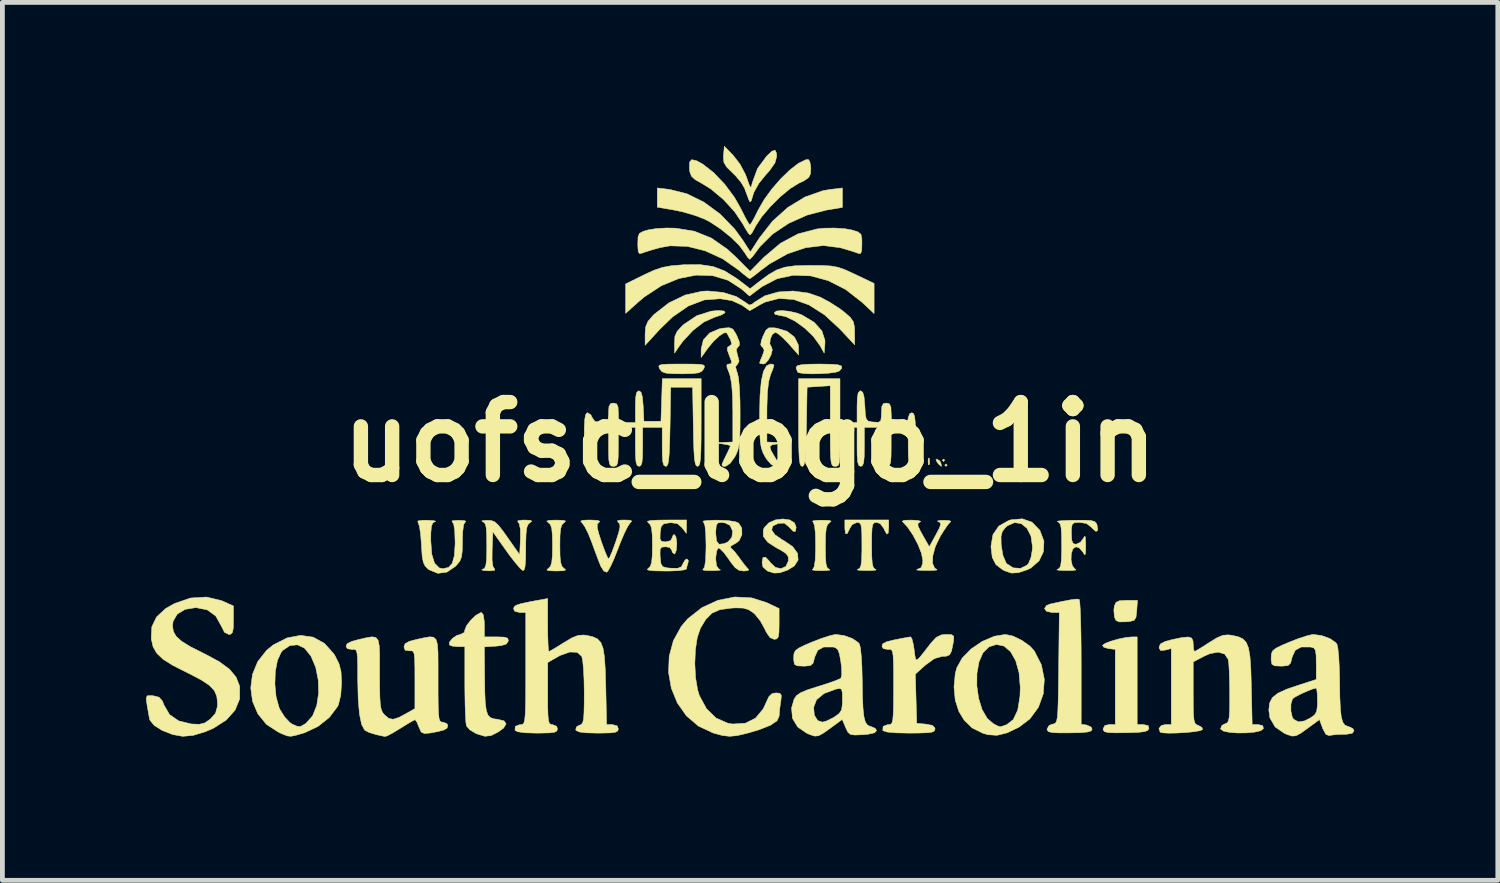
<source format=kicad_pcb>
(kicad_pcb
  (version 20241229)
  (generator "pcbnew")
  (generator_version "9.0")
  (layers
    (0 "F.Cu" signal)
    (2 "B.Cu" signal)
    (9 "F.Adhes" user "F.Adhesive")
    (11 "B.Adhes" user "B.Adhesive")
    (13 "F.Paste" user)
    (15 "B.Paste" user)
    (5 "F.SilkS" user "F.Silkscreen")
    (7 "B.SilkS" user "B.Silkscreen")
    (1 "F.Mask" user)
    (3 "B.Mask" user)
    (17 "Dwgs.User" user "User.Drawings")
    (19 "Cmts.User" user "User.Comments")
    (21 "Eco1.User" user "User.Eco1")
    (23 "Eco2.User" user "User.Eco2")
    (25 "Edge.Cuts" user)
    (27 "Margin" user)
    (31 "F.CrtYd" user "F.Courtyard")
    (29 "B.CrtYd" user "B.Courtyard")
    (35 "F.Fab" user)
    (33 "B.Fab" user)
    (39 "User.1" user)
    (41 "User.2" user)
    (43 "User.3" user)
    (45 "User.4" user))
  (footprint "uofsc_logo_1in"
    (layer "F.Cu")
    (at 12.619 6.186)
    (property "Reference" "uofsc_logo_1in" (at 0 0 0) (layer "F.SilkS") (effects (font (size 1.524 1.524) (thickness 0.3))))
    (attr through_hole)
    (fp_poly (pts (xy 4.072 0.382) (xy 4.047 0.407) (xy 4.021 0.382) (xy 4.047 0.356) (xy 4.072 0.382)) (stroke (width 0.01) (type solid)) (fill yes) (layer "F.SilkS"))
    (fp_poly (pts (xy 4.123 0.484) (xy 4.098 0.509) (xy 4.072 0.484) (xy 4.098 0.458) (xy 4.123 0.484)) (stroke (width 0.01) (type solid)) (fill yes) (layer "F.SilkS"))
    (fp_poly (pts (xy 3.75 0.344) (xy 3.756 0.448) (xy 3.75 0.471) (xy 3.731 0.477) (xy 3.724 0.407) (xy 3.732 0.335) (xy 3.75 0.344)) (stroke (width 0.01) (type solid)) (fill yes) (layer "F.SilkS"))
    (fp_poly (pts (xy 3.969 0.397) (xy 3.989 0.433) (xy 4.005 0.499) (xy 4 0.509) (xy 3.958 0.475) (xy 3.919 0.433) (xy 3.888 0.371) (xy 3.908 0.356) (xy 3.969 0.397)) (stroke (width 0.01) (type solid)) (fill yes) (layer "F.SilkS"))
    (fp_poly (pts (xy 8.084 3.525) (xy 8.069 3.661) (xy 8.03 3.726) (xy 7.939 3.75) (xy 7.858 3.757) (xy 7.721 3.759) (xy 7.651 3.73) (xy 7.618 3.656) (xy 7.606 3.51) (xy 7.617 3.425) (xy 7.651 3.351) (xy 7.723 3.317) (xy 7.865 3.309) (xy 7.873 3.309) (xy 8.099 3.309) (xy 8.084 3.525)) (stroke (width 0.01) (type solid)) (fill yes) (layer "F.SilkS"))
    (fp_poly (pts (xy -0.537 -2.736) (xy -0.517 -2.704) (xy -0.587 -2.658) (xy -0.74 -2.606) (xy -0.747 -2.604) (xy -0.963 -2.506) (xy -1.189 -2.332) (xy -1.4 -2.105) (xy -1.488 -1.985) (xy -1.573 -1.858) (xy -1.575 -2.068) (xy -1.566 -2.207) (xy -1.519 -2.312) (xy -1.415 -2.426) (xy -1.378 -2.459) (xy -1.11 -2.639) (xy -0.806 -2.735) (xy -0.649 -2.748) (xy -0.537 -2.736)) (stroke (width 0.01) (type solid)) (fill yes) (layer "F.SilkS"))
    (fp_poly (pts (xy 0.818 -2.732) (xy 0.981 -2.695) (xy 1.094 -2.652) (xy 1.344 -2.501) (xy 1.504 -2.323) (xy 1.569 -2.125) (xy 1.569 -2.055) (xy 1.553 -1.858) (xy 1.468 -2.011) (xy 1.331 -2.201) (xy 1.147 -2.379) (xy 0.944 -2.526) (xy 0.748 -2.621) (xy 0.613 -2.647) (xy 0.529 -2.668) (xy 0.509 -2.698) (xy 0.553 -2.736) (xy 0.665 -2.747) (xy 0.818 -2.732)) (stroke (width 0.01) (type solid)) (fill yes) (layer "F.SilkS"))
    (fp_poly (pts (xy 1.692 -1.625) (xy 1.843 -1.613) (xy 1.915 -1.587) (xy 1.92 -1.544) (xy 1.873 -1.486) (xy 1.798 -1.459) (xy 1.654 -1.439) (xy 1.472 -1.427) (xy 1.285 -1.424) (xy 1.123 -1.431) (xy 1.019 -1.449) (xy 1.001 -1.459) (xy 0.969 -1.536) (xy 0.967 -1.561) (xy 0.992 -1.594) (xy 1.078 -1.615) (xy 1.238 -1.626) (xy 1.451 -1.629) (xy 1.692 -1.625)) (stroke (width 0.01) (type solid)) (fill yes) (layer "F.SilkS"))
    (fp_poly (pts (xy -1.194 -1.628) (xy -1.048 -1.623) (xy -0.971 -1.609) (xy -0.947 -1.585) (xy -0.958 -1.544) (xy -0.967 -1.527) (xy -1.007 -1.475) (xy -1.075 -1.445) (xy -1.194 -1.43) (xy -1.387 -1.425) (xy -1.425 -1.425) (xy -1.632 -1.428) (xy -1.761 -1.441) (xy -1.835 -1.469) (xy -1.878 -1.518) (xy -1.883 -1.527) (xy -1.903 -1.573) (xy -1.893 -1.603) (xy -1.835 -1.619) (xy -1.714 -1.627) (xy -1.513 -1.629) (xy -1.425 -1.629) (xy -1.194 -1.628)) (stroke (width 0.01) (type solid)) (fill yes) (layer "F.SilkS"))
    (fp_poly (pts (xy 8.093 5.905) (xy 8.224 5.905) (xy 8.322 5.925) (xy 8.339 5.986) (xy 8.314 6.026) (xy 8.246 6.052) (xy 8.117 6.067) (xy 7.909 6.074) (xy 7.852 6.075) (xy 7.629 6.077) (xy 7.49 6.071) (xy 7.414 6.054) (xy 7.385 6.022) (xy 7.381 5.994) (xy 7.419 5.922) (xy 7.508 5.905) (xy 7.635 5.905) (xy 7.635 4.333) (xy 7.495 4.317) (xy 7.398 4.29) (xy 7.368 4.25) (xy 7.422 4.21) (xy 7.544 4.162) (xy 7.701 4.117) (xy 7.861 4.084) (xy 7.979 4.073) (xy 8.093 4.072) (xy 8.093 5.905)) (stroke (width 0.01) (type solid)) (fill yes) (layer "F.SilkS"))
    (fp_poly (pts (xy 1.645 1.637) (xy 1.698 1.652) (xy 1.671 1.681) (xy 1.667 1.684) (xy 1.623 1.726) (xy 1.596 1.803) (xy 1.582 1.936) (xy 1.578 2.146) (xy 1.578 2.188) (xy 1.581 2.408) (xy 1.591 2.546) (xy 1.613 2.622) (xy 1.65 2.657) (xy 1.667 2.663) (xy 1.674 2.676) (xy 1.596 2.685) (xy 1.502 2.688) (xy 1.371 2.685) (xy 1.306 2.674) (xy 1.311 2.664) (xy 1.344 2.609) (xy 1.365 2.473) (xy 1.374 2.246) (xy 1.374 2.163) (xy 1.369 1.909) (xy 1.352 1.747) (xy 1.322 1.67) (xy 1.311 1.663) (xy 1.319 1.648) (xy 1.408 1.637) (xy 1.502 1.634) (xy 1.645 1.637)) (stroke (width 0.01) (type solid)) (fill yes) (layer "F.SilkS"))
    (fp_poly (pts (xy -3.903 1.636) (xy -3.85 1.651) (xy -3.876 1.681) (xy -3.881 1.684) (xy -3.926 1.727) (xy -3.953 1.807) (xy -3.967 1.946) (xy -3.97 2.163) (xy -3.967 2.382) (xy -3.953 2.52) (xy -3.926 2.6) (xy -3.881 2.643) (xy -3.849 2.674) (xy -3.896 2.69) (xy -4.033 2.695) (xy -4.047 2.695) (xy -4.19 2.69) (xy -4.243 2.675) (xy -4.217 2.646) (xy -4.212 2.643) (xy -4.167 2.599) (xy -4.14 2.519) (xy -4.127 2.381) (xy -4.123 2.163) (xy -4.127 1.945) (xy -4.14 1.807) (xy -4.167 1.727) (xy -4.212 1.684) (xy -4.244 1.653) (xy -4.197 1.637) (xy -4.061 1.632) (xy -4.047 1.632) (xy -3.903 1.636)) (stroke (width 0.01) (type solid)) (fill yes) (layer "F.SilkS"))
    (fp_poly (pts (xy 0.565 -2.378) (xy 0.777 -2.313) (xy 0.932 -2.193) (xy 1.011 -2.034) (xy 1.018 -1.969) (xy 1.018 -1.818) (xy 0.81 -2.054) (xy 0.689 -2.179) (xy 0.586 -2.265) (xy 0.531 -2.291) (xy 0.469 -2.248) (xy 0.426 -2.151) (xy 0.417 -2.049) (xy 0.447 -1.992) (xy 0.469 -1.928) (xy 0.443 -1.822) (xy 0.387 -1.714) (xy 0.318 -1.641) (xy 0.282 -1.629) (xy 0.213 -1.641) (xy 0.204 -1.652) (xy 0.222 -1.71) (xy 0.264 -1.808) (xy 0.299 -1.914) (xy 0.274 -1.972) (xy 0.261 -1.981) (xy 0.226 -2.028) (xy 0.24 -2.117) (xy 0.276 -2.214) (xy 0.334 -2.335) (xy 0.395 -2.385) (xy 0.501 -2.386) (xy 0.565 -2.378)) (stroke (width 0.01) (type solid)) (fill yes) (layer "F.SilkS"))
    (fp_poly (pts (xy -0.346 -5.987) (xy -0.208 -5.808) (xy -0.095 -5.597) (xy -0.069 -5.53) (xy -0.018 -5.383) (xy 0.012 -5.323) (xy 0.032 -5.34) (xy 0.052 -5.421) (xy 0.16 -5.715) (xy 0.347 -5.968) (xy 0.46 -6.076) (xy 0.527 -6.098) (xy 0.556 -6.035) (xy 0.56 -5.965) (xy 0.524 -5.832) (xy 0.412 -5.671) (xy 0.337 -5.589) (xy 0.189 -5.406) (xy 0.088 -5.226) (xy 0.065 -5.16) (xy 0.03 -5.043) (xy 0.004 -5.015) (xy -0.023 -5.065) (xy -0.07 -5.191) (xy -0.113 -5.306) (xy -0.181 -5.422) (xy -0.296 -5.559) (xy -0.365 -5.627) (xy -0.485 -5.746) (xy -0.542 -5.842) (xy -0.553 -5.953) (xy -0.55 -5.995) (xy -0.534 -6.181) (xy -0.346 -5.987)) (stroke (width 0.01) (type solid)) (fill yes) (layer "F.SilkS"))
    (fp_poly (pts (xy 0.486 -1.625) (xy 0.503 -1.598) (xy 0.48 -1.523) (xy 0.433 -1.408) (xy 0.393 -1.263) (xy 0.368 -1.047) (xy 0.357 -0.747) (xy 0.356 -0.612) (xy 0.356 0) (xy 0.573 0.009) (xy 0.789 0.017) (xy 0.598 0.037) (xy 0.469 0.056) (xy 0.419 0.094) (xy 0.44 0.174) (xy 0.509 0.294) (xy 0.583 0.421) (xy 0.604 0.485) (xy 0.571 0.507) (xy 0.522 0.509) (xy 0.443 0.466) (xy 0.35 0.359) (xy 0.318 0.308) (xy 0.271 0.216) (xy 0.239 0.122) (xy 0.219 0.002) (xy 0.208 -0.163) (xy 0.204 -0.396) (xy 0.204 -0.584) (xy 0.212 -0.976) (xy 0.239 -1.272) (xy 0.284 -1.476) (xy 0.35 -1.594) (xy 0.43 -1.629) (xy 0.486 -1.625)) (stroke (width 0.01) (type solid)) (fill yes) (layer "F.SilkS"))
    (fp_poly (pts (xy 1.934 -4.902) (xy 1.603 -4.847) (xy 1.194 -4.741) (xy 0.81 -4.569) (xy 0.475 -4.345) (xy 0.21 -4.082) (xy 0.15 -4.001) (xy 0.068 -3.889) (xy 0.008 -3.825) (xy -0.004 -3.818) (xy -0.046 -3.858) (xy -0.105 -3.951) (xy -0.218 -4.104) (xy -0.396 -4.279) (xy -0.609 -4.45) (xy -0.829 -4.596) (xy -0.94 -4.655) (xy -1.14 -4.732) (xy -1.382 -4.804) (xy -1.574 -4.845) (xy -1.934 -4.907) (xy -1.934 -5.308) (xy -1.676 -5.277) (xy -1.318 -5.188) (xy -0.96 -5.012) (xy -0.621 -4.763) (xy -0.32 -4.453) (xy -0.149 -4.219) (xy 0.01 -3.971) (xy 0.2 -4.264) (xy 0.474 -4.615) (xy 0.798 -4.905) (xy 1.154 -5.12) (xy 1.524 -5.251) (xy 1.676 -5.277) (xy 1.934 -5.308) (xy 1.934 -4.902)) (stroke (width 0.01) (type solid)) (fill yes) (layer "F.SilkS"))
    (fp_poly (pts (xy 6.882 3.289) (xy 6.893 3.345) (xy 6.903 3.489) (xy 6.911 3.706) (xy 6.918 3.984) (xy 6.922 4.308) (xy 6.923 4.606) (xy 6.923 5.898) (xy 7.037 5.914) (xy 7.127 5.954) (xy 7.152 6.002) (xy 7.13 6.037) (xy 7.053 6.06) (xy 6.907 6.073) (xy 6.681 6.078) (xy 6.457 6.078) (xy 6.317 6.071) (xy 6.242 6.053) (xy 6.213 6.021) (xy 6.21 5.997) (xy 6.254 5.922) (xy 6.325 5.895) (xy 6.361 5.888) (xy 6.389 5.87) (xy 6.41 5.828) (xy 6.425 5.75) (xy 6.435 5.623) (xy 6.442 5.435) (xy 6.447 5.174) (xy 6.452 4.826) (xy 6.453 4.721) (xy 6.466 3.563) (xy 6.313 3.563) (xy 6.198 3.537) (xy 6.157 3.479) (xy 6.199 3.416) (xy 6.274 3.386) (xy 6.541 3.328) (xy 6.723 3.294) (xy 6.833 3.282) (xy 6.882 3.289)) (stroke (width 0.01) (type solid)) (fill yes) (layer "F.SilkS"))
    (fp_poly (pts (xy 2.901 1.782) (xy 2.891 1.903) (xy 2.862 1.924) (xy 2.815 1.845) (xy 2.8 1.807) (xy 2.723 1.704) (xy 2.648 1.68) (xy 2.6 1.687) (xy 2.57 1.721) (xy 2.553 1.8) (xy 2.546 1.945) (xy 2.545 2.16) (xy 2.547 2.387) (xy 2.557 2.533) (xy 2.577 2.615) (xy 2.61 2.654) (xy 2.634 2.663) (xy 2.638 2.675) (xy 2.559 2.684) (xy 2.443 2.686) (xy 2.308 2.682) (xy 2.242 2.673) (xy 2.252 2.663) (xy 2.295 2.639) (xy 2.321 2.581) (xy 2.335 2.471) (xy 2.341 2.288) (xy 2.341 2.16) (xy 2.34 1.936) (xy 2.333 1.795) (xy 2.316 1.718) (xy 2.285 1.686) (xy 2.238 1.68) (xy 2.137 1.726) (xy 2.087 1.807) (xy 2.036 1.913) (xy 2.001 1.918) (xy 1.986 1.824) (xy 1.985 1.782) (xy 1.985 1.629) (xy 2.901 1.629) (xy 2.901 1.782)) (stroke (width 0.01) (type solid)) (fill yes) (layer "F.SilkS"))
    (fp_poly (pts (xy -0.558 -3.125) (xy -0.282 -3.039) (xy -0.091 -2.917) (xy -0.014 -2.862) (xy 0.05 -2.882) (xy 0.091 -2.917) (xy 0.313 -3.055) (xy 0.593 -3.135) (xy 0.904 -3.155) (xy 1.219 -3.113) (xy 1.474 -3.026) (xy 1.675 -2.917) (xy 1.879 -2.786) (xy 1.97 -2.717) (xy 2.097 -2.606) (xy 2.162 -2.514) (xy 2.186 -2.402) (xy 2.189 -2.285) (xy 2.189 -2.032) (xy 1.879 -2.363) (xy 1.559 -2.658) (xy 1.236 -2.864) (xy 0.917 -2.978) (xy 0.609 -2.999) (xy 0.319 -2.924) (xy 0.22 -2.873) (xy -0.002 -2.743) (xy -0.163 -2.858) (xy -0.373 -2.954) (xy -0.622 -2.994) (xy -0.955 -2.968) (xy -1.286 -2.841) (xy -1.616 -2.613) (xy -1.88 -2.358) (xy -2.189 -2.021) (xy -2.189 -2.252) (xy -2.178 -2.404) (xy -2.131 -2.518) (xy -2.028 -2.639) (xy -1.998 -2.669) (xy -1.692 -2.907) (xy -1.351 -3.071) (xy -0.998 -3.15) (xy -0.881 -3.156) (xy -0.558 -3.125)) (stroke (width 0.01) (type solid)) (fill yes) (layer "F.SilkS"))
    (fp_poly (pts (xy 5.896 1.676) (xy 6.053 1.838) (xy 6.063 1.854) (xy 6.145 2.073) (xy 6.135 2.291) (xy 6.042 2.485) (xy 5.872 2.633) (xy 5.798 2.668) (xy 5.61 2.731) (xy 5.466 2.739) (xy 5.326 2.692) (xy 5.282 2.669) (xy 5.141 2.561) (xy 5.065 2.413) (xy 5.039 2.198) (xy 5.039 2.174) (xy 5.073 1.974) (xy 5.248 1.974) (xy 5.251 2.134) (xy 5.254 2.168) (xy 5.289 2.374) (xy 5.352 2.522) (xy 5.369 2.544) (xy 5.504 2.63) (xy 5.657 2.64) (xy 5.791 2.573) (xy 5.825 2.534) (xy 5.875 2.411) (xy 5.903 2.242) (xy 5.905 2.184) (xy 5.874 1.966) (xy 5.79 1.803) (xy 5.671 1.705) (xy 5.529 1.684) (xy 5.382 1.75) (xy 5.339 1.787) (xy 5.275 1.871) (xy 5.248 1.974) (xy 5.073 1.974) (xy 5.08 1.934) (xy 5.202 1.757) (xy 5.404 1.642) (xy 5.455 1.626) (xy 5.695 1.605) (xy 5.896 1.676)) (stroke (width 0.01) (type solid)) (fill yes) (layer "F.SilkS"))
    (fp_poly (pts (xy 0.832 1.628) (xy 0.933 1.69) (xy 0.967 1.78) (xy 0.953 1.868) (xy 0.906 1.866) (xy 0.819 1.775) (xy 0.818 1.774) (xy 0.72 1.695) (xy 0.594 1.699) (xy 0.479 1.755) (xy 0.456 1.838) (xy 0.523 1.937) (xy 0.677 2.043) (xy 0.709 2.06) (xy 0.897 2.188) (xy 0.997 2.328) (xy 1.008 2.467) (xy 0.927 2.592) (xy 0.786 2.677) (xy 0.628 2.732) (xy 0.508 2.739) (xy 0.374 2.698) (xy 0.369 2.696) (xy 0.273 2.611) (xy 0.255 2.521) (xy 0.273 2.416) (xy 0.325 2.405) (xy 0.406 2.488) (xy 0.43 2.523) (xy 0.536 2.621) (xy 0.653 2.646) (xy 0.753 2.599) (xy 0.805 2.484) (xy 0.805 2.484) (xy 0.802 2.398) (xy 0.757 2.331) (xy 0.648 2.26) (xy 0.567 2.218) (xy 0.374 2.095) (xy 0.28 1.97) (xy 0.281 1.836) (xy 0.302 1.788) (xy 0.397 1.688) (xy 0.536 1.627) (xy 0.69 1.608) (xy 0.832 1.628)) (stroke (width 0.01) (type solid)) (fill yes) (layer "F.SilkS"))
    (fp_poly (pts (xy 3.388 1.632) (xy 3.515 1.64) (xy 3.569 1.657) (xy 3.556 1.671) (xy 3.513 1.701) (xy 3.514 1.755) (xy 3.562 1.858) (xy 3.611 1.947) (xy 3.75 2.189) (xy 3.887 1.938) (xy 3.962 1.795) (xy 3.988 1.716) (xy 3.972 1.679) (xy 3.933 1.664) (xy 3.92 1.649) (xy 3.993 1.638) (xy 4.047 1.636) (xy 4.159 1.64) (xy 4.201 1.658) (xy 4.192 1.668) (xy 4.137 1.729) (xy 4.053 1.851) (xy 3.976 1.975) (xy 3.876 2.182) (xy 3.823 2.375) (xy 3.817 2.534) (xy 3.862 2.637) (xy 3.907 2.663) (xy 3.909 2.675) (xy 3.827 2.683) (xy 3.69 2.685) (xy 3.551 2.681) (xy 3.483 2.673) (xy 3.499 2.662) (xy 3.58 2.625) (xy 3.611 2.536) (xy 3.614 2.466) (xy 3.585 2.323) (xy 3.51 2.136) (xy 3.407 1.943) (xy 3.295 1.778) (xy 3.215 1.692) (xy 3.184 1.655) (xy 3.222 1.637) (xy 3.342 1.632) (xy 3.388 1.632)) (stroke (width 0.01) (type solid)) (fill yes) (layer "F.SilkS"))
    (fp_poly (pts (xy -2.502 1.634) (xy -2.467 1.653) (xy -2.502 1.692) (xy -2.553 1.766) (xy -2.625 1.911) (xy -2.707 2.104) (xy -2.754 2.226) (xy -2.834 2.429) (xy -2.908 2.593) (xy -2.967 2.697) (xy -2.99 2.721) (xy -3.051 2.696) (xy -3.115 2.596) (xy -3.121 2.582) (xy -3.174 2.447) (xy -3.244 2.26) (xy -3.307 2.087) (xy -3.378 1.91) (xy -3.45 1.768) (xy -3.504 1.692) (xy -3.535 1.655) (xy -3.498 1.636) (xy -3.378 1.63) (xy -3.331 1.63) (xy -3.184 1.637) (xy -3.135 1.658) (xy -3.152 1.677) (xy -3.186 1.714) (xy -3.19 1.783) (xy -3.161 1.904) (xy -3.103 2.083) (xy -3.04 2.256) (xy -2.988 2.383) (xy -2.955 2.442) (xy -2.952 2.443) (xy -2.924 2.399) (xy -2.874 2.281) (xy -2.813 2.114) (xy -2.802 2.083) (xy -2.741 1.894) (xy -2.714 1.777) (xy -2.72 1.711) (xy -2.752 1.677) (xy -2.769 1.646) (xy -2.692 1.631) (xy -2.624 1.63) (xy -2.502 1.634)) (stroke (width 0.01) (type solid)) (fill yes) (layer "F.SilkS"))
    (fp_poly (pts (xy -0.769 -3.667) (xy -0.527 -3.575) (xy -0.281 -3.421) (xy -0.223 -3.378) (xy 0.006 -3.203) (xy 0.194 -3.351) (xy 0.391 -3.497) (xy 0.56 -3.595) (xy 0.731 -3.653) (xy 0.936 -3.682) (xy 1.204 -3.69) (xy 1.273 -3.69) (xy 1.518 -3.688) (xy 1.695 -3.678) (xy 1.837 -3.652) (xy 1.976 -3.605) (xy 2.146 -3.528) (xy 2.202 -3.502) (xy 2.596 -3.314) (xy 2.596 -2.684) (xy 2.341 -2.922) (xy 2 -3.188) (xy 1.64 -3.371) (xy 1.273 -3.471) (xy 0.912 -3.485) (xy 0.569 -3.412) (xy 0.258 -3.25) (xy 0.222 -3.224) (xy -0.007 -3.05) (xy -0.177 -3.199) (xy -0.457 -3.38) (xy -0.777 -3.476) (xy -1.124 -3.487) (xy -1.486 -3.416) (xy -1.85 -3.265) (xy -2.204 -3.033) (xy -2.337 -2.921) (xy -2.596 -2.688) (xy -2.596 -3.303) (xy -2.217 -3.49) (xy -2.009 -3.587) (xy -1.833 -3.647) (xy -1.647 -3.682) (xy -1.407 -3.702) (xy -1.378 -3.704) (xy -1.042 -3.707) (xy -0.769 -3.667)) (stroke (width 0.01) (type solid)) (fill yes) (layer "F.SilkS"))
    (fp_poly (pts (xy -6.619 1.642) (xy -6.565 1.654) (xy -6.579 1.664) (xy -6.626 1.692) (xy -6.654 1.761) (xy -6.666 1.893) (xy -6.668 2.054) (xy -6.648 2.34) (xy -6.589 2.532) (xy -6.49 2.631) (xy -6.414 2.647) (xy -6.297 2.621) (xy -6.219 2.535) (xy -6.175 2.377) (xy -6.159 2.134) (xy -6.159 2.088) (xy -6.167 1.851) (xy -6.19 1.71) (xy -6.223 1.663) (xy -6.219 1.647) (xy -6.135 1.638) (xy -6.083 1.637) (xy -5.972 1.642) (xy -5.933 1.656) (xy -5.943 1.663) (xy -5.981 1.728) (xy -6.002 1.889) (xy -6.006 2.07) (xy -6.01 2.27) (xy -6.025 2.4) (xy -6.061 2.49) (xy -6.127 2.571) (xy -6.155 2.6) (xy -6.333 2.72) (xy -6.52 2.744) (xy -6.7 2.671) (xy -6.726 2.652) (xy -6.786 2.591) (xy -6.824 2.512) (xy -6.847 2.388) (xy -6.861 2.194) (xy -6.864 2.13) (xy -6.88 1.923) (xy -6.904 1.764) (xy -6.934 1.676) (xy -6.941 1.668) (xy -6.93 1.648) (xy -6.839 1.636) (xy -6.744 1.636) (xy -6.619 1.642)) (stroke (width 0.01) (type solid)) (fill yes) (layer "F.SilkS"))
    (fp_poly (pts (xy 1.253 -5.86) (xy 1.272 -5.748) (xy 1.273 -5.713) (xy 1.265 -5.599) (xy 1.228 -5.525) (xy 1.137 -5.462) (xy 1.024 -5.408) (xy 0.842 -5.296) (xy 0.634 -5.124) (xy 0.427 -4.918) (xy 0.248 -4.707) (xy 0.123 -4.516) (xy 0.113 -4.497) (xy 0.054 -4.386) (xy 0.009 -4.329) (xy 0.003 -4.327) (xy -0.035 -4.368) (xy -0.101 -4.472) (xy -0.147 -4.556) (xy -0.321 -4.815) (xy -0.555 -5.07) (xy -0.815 -5.287) (xy -0.997 -5.4) (xy -1.144 -5.483) (xy -1.222 -5.556) (xy -1.255 -5.649) (xy -1.263 -5.716) (xy -1.26 -5.848) (xy -1.215 -5.9) (xy -1.115 -5.878) (xy -0.986 -5.807) (xy -0.758 -5.63) (xy -0.527 -5.388) (xy -0.321 -5.111) (xy -0.189 -4.877) (xy -0.107 -4.713) (xy -0.041 -4.592) (xy -0.003 -4.537) (xy 0 -4.536) (xy 0.033 -4.578) (xy 0.095 -4.688) (xy 0.17 -4.84) (xy 0.296 -5.061) (xy 0.46 -5.287) (xy 0.645 -5.5) (xy 0.836 -5.684) (xy 1.014 -5.822) (xy 1.165 -5.896) (xy 1.219 -5.905) (xy 1.253 -5.86)) (stroke (width 0.01) (type solid)) (fill yes) (layer "F.SilkS"))
    (fp_poly (pts (xy 5.5 4.056) (xy 5.684 4.145) (xy 5.852 4.265) (xy 5.943 4.364) (xy 6.091 4.654) (xy 6.153 4.96) (xy 6.131 5.263) (xy 6.029 5.544) (xy 5.851 5.786) (xy 5.625 5.958) (xy 5.373 6.078) (xy 5.165 6.129) (xy 4.972 6.116) (xy 4.87 6.086) (xy 4.645 5.975) (xy 4.478 5.812) (xy 4.368 5.631) (xy 4.292 5.398) (xy 4.266 5.119) (xy 4.268 5.098) (xy 4.743 5.098) (xy 4.78 5.357) (xy 4.853 5.593) (xy 4.963 5.78) (xy 5.095 5.891) (xy 5.187 5.938) (xy 5.243 5.949) (xy 5.317 5.925) (xy 5.369 5.905) (xy 5.505 5.799) (xy 5.597 5.602) (xy 5.644 5.315) (xy 5.65 5.125) (xy 5.625 4.822) (xy 5.555 4.571) (xy 5.448 4.382) (xy 5.312 4.265) (xy 5.154 4.231) (xy 4.998 4.279) (xy 4.871 4.404) (xy 4.787 4.598) (xy 4.745 4.837) (xy 4.743 5.098) (xy 4.268 5.098) (xy 4.292 4.839) (xy 4.324 4.718) (xy 4.437 4.514) (xy 4.624 4.323) (xy 4.858 4.165) (xy 5.11 4.058) (xy 5.34 4.021) (xy 5.5 4.056)) (stroke (width 0.01) (type solid)) (fill yes) (layer "F.SilkS"))
    (fp_poly (pts (xy -5.569 3.612) (xy -5.55 3.751) (xy -5.548 3.818) (xy -5.548 4.072) (xy -5.29 4.072) (xy -5.137 4.077) (xy -5.063 4.098) (xy -5.046 4.144) (xy -5.049 4.161) (xy -5.089 4.221) (xy -5.194 4.254) (xy -5.307 4.266) (xy -5.548 4.281) (xy -5.543 4.902) (xy -5.539 5.219) (xy -5.529 5.449) (xy -5.508 5.606) (xy -5.474 5.705) (xy -5.421 5.76) (xy -5.344 5.785) (xy -5.279 5.793) (xy -5.138 5.826) (xy -5.093 5.889) (xy -5.145 5.976) (xy -5.256 6.058) (xy -5.408 6.135) (xy -5.537 6.149) (xy -5.691 6.103) (xy -5.732 6.086) (xy -5.85 6.015) (xy -5.921 5.935) (xy -5.922 5.932) (xy -5.934 5.852) (xy -5.944 5.692) (xy -5.951 5.469) (xy -5.955 5.204) (xy -5.956 5.061) (xy -5.956 4.276) (xy -6.1 4.276) (xy -6.216 4.265) (xy -6.278 4.242) (xy -6.278 4.183) (xy -6.218 4.107) (xy -6.128 4.044) (xy -6.049 4.021) (xy -5.969 3.981) (xy -5.956 3.929) (xy -5.919 3.836) (xy -5.831 3.722) (xy -5.723 3.62) (xy -5.627 3.566) (xy -5.609 3.563) (xy -5.569 3.612)) (stroke (width 0.01) (type solid)) (fill yes) (layer "F.SilkS"))
    (fp_poly (pts (xy -4.587 1.636) (xy -4.556 1.654) (xy -4.594 1.684) (xy -4.636 1.724) (xy -4.663 1.797) (xy -4.677 1.924) (xy -4.683 2.124) (xy -4.683 2.221) (xy -4.686 2.457) (xy -4.698 2.605) (xy -4.719 2.676) (xy -4.747 2.685) (xy -4.802 2.637) (xy -4.899 2.524) (xy -5.021 2.367) (xy -5.09 2.271) (xy -5.37 1.877) (xy -5.385 2.245) (xy -5.387 2.466) (xy -5.369 2.6) (xy -5.334 2.654) (xy -5.332 2.68) (xy -5.42 2.691) (xy -5.472 2.691) (xy -5.577 2.683) (xy -5.603 2.669) (xy -5.586 2.663) (xy -5.544 2.639) (xy -5.518 2.581) (xy -5.503 2.47) (xy -5.498 2.286) (xy -5.497 2.163) (xy -5.5 1.937) (xy -5.509 1.792) (xy -5.529 1.711) (xy -5.564 1.673) (xy -5.586 1.664) (xy -5.602 1.648) (xy -5.532 1.637) (xy -5.497 1.636) (xy -5.406 1.64) (xy -5.332 1.668) (xy -5.255 1.738) (xy -5.155 1.866) (xy -5.065 1.993) (xy -4.81 2.356) (xy -4.795 2.035) (xy -4.795 1.826) (xy -4.819 1.705) (xy -4.846 1.672) (xy -4.849 1.645) (xy -4.76 1.632) (xy -4.708 1.631) (xy -4.587 1.636)) (stroke (width 0.01) (type solid)) (fill yes) (layer "F.SilkS"))
    (fp_poly (pts (xy -1.55 -4.468) (xy -1.158 -4.404) (xy -0.804 -4.261) (xy -0.471 -4.029) (xy -0.3 -3.872) (xy 0.005 -3.566) (xy 0.295 -3.861) (xy 0.64 -4.153) (xy 1.006 -4.349) (xy 1.403 -4.452) (xy 1.553 -4.468) (xy 1.771 -4.471) (xy 1.984 -4.457) (xy 2.125 -4.432) (xy 2.257 -4.391) (xy 2.321 -4.341) (xy 2.34 -4.246) (xy 2.341 -4.141) (xy 2.337 -4.001) (xy 2.315 -3.941) (xy 2.268 -3.941) (xy 2.252 -3.947) (xy 2.155 -3.981) (xy 2 -4.028) (xy 1.883 -4.061) (xy 1.536 -4.105) (xy 1.164 -4.06) (xy 0.785 -3.932) (xy 0.414 -3.724) (xy 0.232 -3.589) (xy 0.11 -3.491) (xy 0.022 -3.427) (xy -0.005 -3.412) (xy -0.052 -3.444) (xy -0.15 -3.522) (xy -0.229 -3.589) (xy -0.567 -3.827) (xy -0.933 -3.995) (xy -1.307 -4.088) (xy -1.668 -4.099) (xy -1.883 -4.061) (xy -2.055 -4.012) (xy -2.195 -3.968) (xy -2.252 -3.947) (xy -2.307 -3.936) (xy -2.333 -3.981) (xy -2.341 -4.101) (xy -2.341 -4.141) (xy -2.337 -4.285) (xy -2.306 -4.361) (xy -2.222 -4.404) (xy -2.125 -4.432) (xy -1.959 -4.459) (xy -1.742 -4.472) (xy -1.55 -4.468)) (stroke (width 0.01) (type solid)) (fill yes) (layer "F.SilkS"))
    (fp_poly (pts (xy 7.128 1.641) (xy 7.203 1.662) (xy 7.24 1.699) (xy 7.255 1.734) (xy 7.269 1.843) (xy 7.232 1.87) (xy 7.159 1.807) (xy 7.148 1.791) (xy 7.035 1.702) (xy 6.894 1.68) (xy 6.787 1.685) (xy 6.736 1.718) (xy 6.72 1.808) (xy 6.719 1.909) (xy 6.726 2.053) (xy 6.755 2.121) (xy 6.813 2.138) (xy 6.906 2.096) (xy 6.962 2.023) (xy 6.995 1.969) (xy 7.011 1.987) (xy 7.017 2.089) (xy 7.018 2.163) (xy 7.015 2.306) (xy 7.003 2.359) (xy 6.979 2.335) (xy 6.962 2.303) (xy 6.886 2.215) (xy 6.813 2.189) (xy 6.75 2.232) (xy 6.716 2.336) (xy 6.712 2.466) (xy 6.738 2.585) (xy 6.794 2.657) (xy 6.808 2.663) (xy 6.812 2.675) (xy 6.733 2.684) (xy 6.617 2.686) (xy 6.482 2.682) (xy 6.416 2.673) (xy 6.426 2.663) (xy 6.469 2.639) (xy 6.495 2.581) (xy 6.509 2.47) (xy 6.515 2.286) (xy 6.515 2.163) (xy 6.513 1.937) (xy 6.504 1.792) (xy 6.483 1.711) (xy 6.449 1.673) (xy 6.426 1.664) (xy 6.432 1.653) (xy 6.523 1.644) (xy 6.681 1.637) (xy 6.779 1.635) (xy 6.994 1.634) (xy 7.128 1.641)) (stroke (width 0.01) (type solid)) (fill yes) (layer "F.SilkS"))
    (fp_poly (pts (xy -9.123 4.079) (xy -8.888 4.209) (xy -8.694 4.426) (xy -8.668 4.468) (xy -8.586 4.632) (xy -8.544 4.792) (xy -8.532 4.998) (xy -8.532 5.036) (xy -8.549 5.291) (xy -8.597 5.487) (xy -8.616 5.528) (xy -8.785 5.753) (xy -9.023 5.943) (xy -9.299 6.073) (xy -9.324 6.081) (xy -9.485 6.128) (xy -9.586 6.149) (xy -9.664 6.142) (xy -9.758 6.106) (xy -9.852 6.063) (xy -10.102 5.9) (xy -10.282 5.679) (xy -10.392 5.419) (xy -10.429 5.138) (xy -10.419 5.061) (xy -9.925 5.061) (xy -9.9 5.322) (xy -9.838 5.547) (xy -9.814 5.599) (xy -9.72 5.747) (xy -9.614 5.86) (xy -9.57 5.891) (xy -9.459 5.941) (xy -9.388 5.944) (xy -9.304 5.896) (xy -9.27 5.873) (xy -9.136 5.721) (xy -9.05 5.505) (xy -9.011 5.247) (xy -9.019 4.974) (xy -9.072 4.708) (xy -9.171 4.475) (xy -9.303 4.31) (xy -9.452 4.238) (xy -9.614 4.254) (xy -9.762 4.355) (xy -9.794 4.394) (xy -9.872 4.564) (xy -9.916 4.798) (xy -9.925 5.061) (xy -10.419 5.061) (xy -10.393 4.855) (xy -10.283 4.587) (xy -10.097 4.352) (xy -9.959 4.24) (xy -9.67 4.093) (xy -9.388 4.04) (xy -9.123 4.079)) (stroke (width 0.01) (type solid)) (fill yes) (layer "F.SilkS"))
    (fp_poly (pts (xy 4.217 4.026) (xy 4.261 4.061) (xy 4.256 4.155) (xy 4.246 4.212) (xy 4.214 4.367) (xy 4.175 4.446) (xy 4.109 4.475) (xy 4.018 4.479) (xy 3.855 4.526) (xy 3.663 4.665) (xy 3.458 4.851) (xy 3.472 5.365) (xy 3.487 5.879) (xy 3.678 5.895) (xy 3.813 5.921) (xy 3.866 5.975) (xy 3.869 5.997) (xy 3.857 6.035) (xy 3.811 6.061) (xy 3.714 6.075) (xy 3.547 6.081) (xy 3.335 6.083) (xy 3.049 6.077) (xy 2.865 6.06) (xy 2.782 6.031) (xy 2.778 6.024) (xy 2.784 5.942) (xy 2.877 5.906) (xy 2.91 5.905) (xy 2.945 5.898) (xy 2.97 5.868) (xy 2.987 5.799) (xy 2.997 5.678) (xy 3.002 5.488) (xy 3.003 5.217) (xy 3.003 5.112) (xy 3.003 4.813) (xy 3 4.601) (xy 2.993 4.461) (xy 2.98 4.38) (xy 2.958 4.342) (xy 2.926 4.333) (xy 2.89 4.336) (xy 2.789 4.318) (xy 2.76 4.271) (xy 2.776 4.217) (xy 2.859 4.174) (xy 3.025 4.133) (xy 3.035 4.131) (xy 3.198 4.099) (xy 3.318 4.078) (xy 3.361 4.072) (xy 3.388 4.118) (xy 3.416 4.235) (xy 3.433 4.339) (xy 3.449 4.465) (xy 3.464 4.538) (xy 3.491 4.554) (xy 3.545 4.506) (xy 3.638 4.391) (xy 3.782 4.204) (xy 3.893 4.083) (xy 4.002 4.03) (xy 4.102 4.021) (xy 4.217 4.026)) (stroke (width 0.01) (type solid)) (fill yes) (layer "F.SilkS"))
    (fp_poly (pts (xy -1.326 1.909) (xy -1.417 1.79) (xy -1.514 1.705) (xy -1.647 1.686) (xy -1.683 1.689) (xy -1.799 1.709) (xy -1.852 1.763) (xy -1.873 1.882) (xy -1.874 1.896) (xy -1.877 2.021) (xy -1.848 2.075) (xy -1.768 2.087) (xy -1.759 2.087) (xy -1.655 2.061) (xy -1.629 2.011) (xy -1.601 1.943) (xy -1.578 1.934) (xy -1.546 1.979) (xy -1.528 2.092) (xy -1.527 2.138) (xy -1.538 2.265) (xy -1.567 2.336) (xy -1.578 2.341) (xy -1.623 2.3) (xy -1.629 2.265) (xy -1.673 2.204) (xy -1.759 2.189) (xy -1.84 2.197) (xy -1.875 2.241) (xy -1.877 2.349) (xy -1.874 2.405) (xy -1.859 2.541) (xy -1.82 2.606) (xy -1.729 2.63) (xy -1.646 2.637) (xy -1.505 2.638) (xy -1.432 2.608) (xy -1.401 2.548) (xy -1.353 2.464) (xy -1.315 2.443) (xy -1.284 2.481) (xy -1.293 2.524) (xy -1.32 2.621) (xy -1.323 2.651) (xy -1.37 2.672) (xy -1.496 2.687) (xy -1.678 2.696) (xy -1.769 2.696) (xy -1.984 2.692) (xy -2.107 2.681) (xy -2.145 2.662) (xy -2.125 2.643) (xy -2.08 2.599) (xy -2.053 2.519) (xy -2.04 2.381) (xy -2.036 2.163) (xy -2.04 1.945) (xy -2.053 1.807) (xy -2.08 1.727) (xy -2.125 1.684) (xy -2.142 1.658) (xy -2.08 1.641) (xy -1.932 1.633) (xy -1.769 1.63) (xy -1.323 1.629) (xy -1.326 1.909)) (stroke (width 0.01) (type solid)) (fill yes) (layer "F.SilkS"))
    (fp_poly (pts (xy 0.039 3.257) (xy 0.348 3.355) (xy 0.611 3.479) (xy 0.611 3.801) (xy 0.608 3.977) (xy 0.593 4.074) (xy 0.559 4.115) (xy 0.507 4.123) (xy 0.42 4.086) (xy 0.339 3.967) (xy 0.309 3.902) (xy 0.218 3.738) (xy 0.105 3.598) (xy 0.069 3.566) (xy -0.031 3.501) (xy -0.141 3.47) (xy -0.297 3.466) (xy -0.392 3.471) (xy -0.625 3.503) (xy -0.792 3.576) (xy -0.924 3.71) (xy -1.034 3.894) (xy -1.099 4.085) (xy -1.138 4.341) (xy -1.15 4.631) (xy -1.135 4.921) (xy -1.092 5.178) (xy -1.056 5.297) (xy -0.906 5.574) (xy -0.705 5.769) (xy -0.459 5.877) (xy -0.359 5.893) (xy -0.095 5.876) (xy 0.118 5.77) (xy 0.277 5.579) (xy 0.333 5.46) (xy 0.397 5.321) (xy 0.465 5.257) (xy 0.545 5.243) (xy 0.628 5.251) (xy 0.658 5.296) (xy 0.648 5.406) (xy 0.643 5.434) (xy 0.622 5.59) (xy 0.612 5.72) (xy 0.611 5.731) (xy 0.567 5.826) (xy 0.431 5.918) (xy 0.2 6.01) (xy -0.051 6.084) (xy -0.262 6.134) (xy -0.421 6.15) (xy -0.573 6.133) (xy -0.762 6.082) (xy -0.768 6.08) (xy -1.075 5.936) (xy -1.326 5.722) (xy -1.515 5.453) (xy -1.641 5.146) (xy -1.699 4.816) (xy -1.686 4.479) (xy -1.599 4.153) (xy -1.433 3.852) (xy -1.296 3.692) (xy -1 3.46) (xy -0.666 3.307) (xy -0.314 3.238) (xy 0.039 3.257)) (stroke (width 0.01) (type solid)) (fill yes) (layer "F.SilkS"))
    (fp_poly (pts (xy -0.459 1.641) (xy -0.296 1.668) (xy -0.234 1.695) (xy -0.169 1.798) (xy -0.166 1.933) (xy -0.221 2.057) (xy -0.28 2.107) (xy -0.382 2.165) (xy -0.412 2.196) (xy -0.388 2.223) (xy -0.378 2.23) (xy -0.318 2.292) (xy -0.232 2.403) (xy -0.204 2.443) (xy -0.115 2.563) (xy -0.043 2.646) (xy -0.028 2.659) (xy -0.033 2.684) (xy -0.117 2.696) (xy -0.127 2.696) (xy -0.226 2.681) (xy -0.31 2.623) (xy -0.406 2.502) (xy -0.447 2.44) (xy -0.543 2.31) (xy -0.623 2.23) (xy -0.663 2.215) (xy -0.695 2.281) (xy -0.712 2.407) (xy -0.713 2.443) (xy -0.698 2.586) (xy -0.647 2.654) (xy -0.624 2.663) (xy -0.617 2.676) (xy -0.695 2.685) (xy -0.789 2.688) (xy -0.92 2.685) (xy -0.984 2.674) (xy -0.98 2.664) (xy -0.946 2.609) (xy -0.925 2.473) (xy -0.917 2.246) (xy -0.916 2.163) (xy -0.922 1.909) (xy -0.922 1.909) (xy -0.713 1.909) (xy -0.697 2.068) (xy -0.642 2.137) (xy -0.537 2.124) (xy -0.455 2.085) (xy -0.377 1.993) (xy -0.36 1.865) (xy -0.411 1.748) (xy -0.417 1.741) (xy -0.515 1.692) (xy -0.596 1.68) (xy -0.668 1.691) (xy -0.702 1.743) (xy -0.712 1.862) (xy -0.713 1.909) (xy -0.922 1.909) (xy -0.939 1.747) (xy -0.969 1.67) (xy -0.98 1.663) (xy -0.966 1.65) (xy -0.87 1.639) (xy -0.711 1.633) (xy -0.684 1.633) (xy -0.459 1.641)) (stroke (width 0.01) (type solid)) (fill yes) (layer "F.SilkS"))
    (fp_poly (pts (xy -0.355 -2.359) (xy -0.295 -2.266) (xy -0.271 -2.218) (xy -0.219 -2.088) (xy -0.22 -2.016) (xy -0.246 -1.991) (xy -0.283 -1.934) (xy -0.262 -1.829) (xy -0.255 -1.807) (xy -0.225 -1.691) (xy -0.254 -1.63) (xy -0.262 -1.624) (xy -0.299 -1.573) (xy -0.276 -1.479) (xy -0.264 -1.452) (xy -0.237 -1.337) (xy -0.218 -1.132) (xy -0.206 -0.852) (xy -0.204 -0.603) (xy -0.205 -0.311) (xy -0.211 -0.101) (xy -0.225 0.049) (xy -0.248 0.159) (xy -0.283 0.25) (xy -0.315 0.311) (xy -0.41 0.443) (xy -0.501 0.506) (xy -0.519 0.509) (xy -0.574 0.503) (xy -0.583 0.467) (xy -0.546 0.379) (xy -0.51 0.307) (xy -0.448 0.18) (xy -0.411 0.096) (xy -0.407 0.081) (xy -0.452 0.061) (xy -0.564 0.041) (xy -0.598 0.037) (xy -0.789 0.017) (xy -0.573 0.009) (xy -0.356 0) (xy -0.356 -0.63) (xy -0.362 -0.961) (xy -0.38 -1.205) (xy -0.411 -1.377) (xy -0.433 -1.444) (xy -0.479 -1.563) (xy -0.48 -1.616) (xy -0.438 -1.629) (xy -0.433 -1.629) (xy -0.386 -1.64) (xy -0.386 -1.691) (xy -0.428 -1.803) (xy -0.471 -1.921) (xy -0.468 -1.979) (xy -0.426 -2.006) (xy -0.379 -2.045) (xy -0.399 -2.123) (xy -0.412 -2.15) (xy -0.462 -2.243) (xy -0.486 -2.282) (xy -0.543 -2.28) (xy -0.64 -2.215) (xy -0.756 -2.108) (xy -0.866 -1.976) (xy -0.867 -1.975) (xy -1.018 -1.766) (xy -1.018 -1.943) (xy -0.972 -2.132) (xy -0.842 -2.277) (xy -0.64 -2.364) (xy -0.567 -2.378) (xy -0.432 -2.389) (xy -0.355 -2.359)) (stroke (width 0.01) (type solid)) (fill yes) (layer "F.SilkS"))
    (fp_poly (pts (xy -11.042 3.314) (xy -11.006 3.329) (xy -10.791 3.426) (xy -10.791 3.724) (xy -10.795 3.892) (xy -10.813 3.982) (xy -10.851 4.017) (xy -10.889 4.021) (xy -10.979 3.976) (xy -11.045 3.844) (xy -11.161 3.636) (xy -11.339 3.507) (xy -11.574 3.461) (xy -11.58 3.461) (xy -11.802 3.497) (xy -11.964 3.595) (xy -12.052 3.746) (xy -12.064 3.838) (xy -12.047 3.956) (xy -11.989 4.06) (xy -11.875 4.163) (xy -11.693 4.276) (xy -11.43 4.409) (xy -11.391 4.428) (xy -11.088 4.59) (xy -10.874 4.747) (xy -10.737 4.911) (xy -10.665 5.093) (xy -10.661 5.114) (xy -10.661 5.368) (xy -10.757 5.603) (xy -10.942 5.81) (xy -11.211 5.982) (xy -11.374 6.052) (xy -11.635 6.131) (xy -11.851 6.15) (xy -12.06 6.113) (xy -12.064 6.112) (xy -12.284 6.025) (xy -12.448 5.921) (xy -12.536 5.813) (xy -12.544 5.789) (xy -12.567 5.662) (xy -12.595 5.501) (xy -12.598 5.481) (xy -12.614 5.356) (xy -12.594 5.304) (xy -12.516 5.298) (xy -12.465 5.303) (xy -12.345 5.333) (xy -12.275 5.413) (xy -12.243 5.495) (xy -12.126 5.696) (xy -11.934 5.828) (xy -11.67 5.892) (xy -11.502 5.898) (xy -11.388 5.869) (xy -11.278 5.793) (xy -11.273 5.788) (xy -11.167 5.671) (xy -11.128 5.534) (xy -11.124 5.456) (xy -11.139 5.313) (xy -11.19 5.194) (xy -11.294 5.085) (xy -11.462 4.973) (xy -11.709 4.843) (xy -11.785 4.806) (xy -12.065 4.664) (xy -12.263 4.538) (xy -12.392 4.416) (xy -12.469 4.282) (xy -12.506 4.124) (xy -12.509 4.104) (xy -12.496 3.86) (xy -12.397 3.655) (xy -12.206 3.479) (xy -12.027 3.377) (xy -11.689 3.26) (xy -11.357 3.239) (xy -11.042 3.314)) (stroke (width 0.01) (type solid)) (fill yes) (layer "F.SilkS"))
    (fp_poly (pts (xy 10.062 4.038) (xy 10.199 4.067) (xy 10.3 4.112) (xy 10.372 4.187) (xy 10.42 4.307) (xy 10.45 4.485) (xy 10.468 4.736) (xy 10.478 5.075) (xy 10.478 5.092) (xy 10.496 5.905) (xy 10.622 5.905) (xy 10.717 5.926) (xy 10.731 5.988) (xy 10.676 6.032) (xy 10.548 6.062) (xy 10.377 6.078) (xy 10.192 6.08) (xy 10.02 6.067) (xy 9.892 6.039) (xy 9.835 5.996) (xy 9.834 5.995) (xy 9.864 5.922) (xy 9.923 5.891) (xy 9.968 5.872) (xy 9.997 5.834) (xy 10.015 5.757) (xy 10.024 5.624) (xy 10.027 5.417) (xy 10.027 5.26) (xy 10.024 5.012) (xy 10.017 4.792) (xy 10.007 4.626) (xy 9.995 4.542) (xy 9.921 4.43) (xy 9.787 4.391) (xy 9.606 4.424) (xy 9.484 4.479) (xy 9.264 4.595) (xy 9.264 5.244) (xy 9.265 5.512) (xy 9.27 5.694) (xy 9.281 5.81) (xy 9.3 5.875) (xy 9.332 5.907) (xy 9.371 5.921) (xy 9.448 5.966) (xy 9.458 6.009) (xy 9.404 6.033) (xy 9.277 6.054) (xy 9.107 6.071) (xy 8.922 6.081) (xy 8.751 6.084) (xy 8.624 6.077) (xy 8.573 6.062) (xy 8.547 5.986) (xy 8.6 5.923) (xy 8.679 5.905) (xy 8.806 5.905) (xy 8.806 4.316) (xy 8.679 4.348) (xy 8.584 4.357) (xy 8.552 4.307) (xy 8.552 4.285) (xy 8.579 4.22) (xy 8.673 4.17) (xy 8.81 4.132) (xy 9.024 4.087) (xy 9.158 4.074) (xy 9.231 4.097) (xy 9.26 4.159) (xy 9.264 4.225) (xy 9.272 4.332) (xy 9.29 4.378) (xy 9.29 4.378) (xy 9.343 4.351) (xy 9.455 4.283) (xy 9.595 4.193) (xy 9.762 4.09) (xy 9.884 4.039) (xy 9.995 4.03) (xy 10.062 4.038)) (stroke (width 0.01) (type solid)) (fill yes) (layer "F.SilkS"))
    (fp_poly (pts (xy -6.61 4.079) (xy -6.558 4.127) (xy -6.529 4.228) (xy -6.517 4.394) (xy -6.515 4.637) (xy -6.515 4.963) (xy -6.515 5.283) (xy -6.512 5.516) (xy -6.506 5.675) (xy -6.495 5.774) (xy -6.476 5.828) (xy -6.449 5.85) (xy -6.414 5.854) (xy -6.331 5.884) (xy -6.312 5.927) (xy -6.328 5.978) (xy -6.389 6.016) (xy -6.515 6.05) (xy -6.675 6.08) (xy -6.801 6.092) (xy -6.867 6.061) (xy -6.912 5.965) (xy -6.915 5.957) (xy -6.959 5.851) (xy -6.994 5.803) (xy -6.995 5.803) (xy -7.049 5.828) (xy -7.162 5.895) (xy -7.301 5.981) (xy -7.45 6.072) (xy -7.566 6.134) (xy -7.62 6.154) (xy -7.694 6.14) (xy -7.818 6.112) (xy -7.831 6.108) (xy -7.962 6.067) (xy -8.048 6.021) (xy -8.051 6.018) (xy -8.113 5.901) (xy -8.157 5.688) (xy -8.184 5.379) (xy -8.194 4.971) (xy -8.194 4.947) (xy -8.195 4.686) (xy -8.199 4.51) (xy -8.21 4.404) (xy -8.229 4.35) (xy -8.261 4.333) (xy -8.308 4.336) (xy -8.409 4.319) (xy -8.438 4.272) (xy -8.417 4.215) (xy -8.32 4.167) (xy -8.193 4.132) (xy -8.021 4.092) (xy -7.899 4.071) (xy -7.818 4.083) (xy -7.769 4.141) (xy -7.745 4.257) (xy -7.737 4.444) (xy -7.737 4.716) (xy -7.737 4.836) (xy -7.736 5.133) (xy -7.731 5.346) (xy -7.721 5.492) (xy -7.703 5.588) (xy -7.676 5.651) (xy -7.637 5.699) (xy -7.635 5.701) (xy -7.544 5.776) (xy -7.454 5.794) (xy -7.335 5.756) (xy -7.203 5.686) (xy -6.999 5.571) (xy -6.999 4.961) (xy -7 4.704) (xy -7.004 4.533) (xy -7.014 4.43) (xy -7.035 4.378) (xy -7.069 4.362) (xy -7.114 4.364) (xy -7.205 4.349) (xy -7.228 4.279) (xy -7.204 4.214) (xy -7.118 4.166) (xy -6.971 4.127) (xy -6.809 4.091) (xy -6.691 4.071) (xy -6.61 4.079)) (stroke (width 0.01) (type solid)) (fill yes) (layer "F.SilkS"))
    (fp_poly (pts (xy -4.225 3.824) (xy -4.223 4.048) (xy -4.217 4.228) (xy -4.209 4.344) (xy -4.2 4.378) (xy -4.148 4.352) (xy -4.036 4.286) (xy -3.889 4.194) (xy -3.716 4.091) (xy -3.589 4.041) (xy -3.475 4.033) (xy -3.42 4.039) (xy -3.286 4.068) (xy -3.186 4.113) (xy -3.115 4.189) (xy -3.068 4.31) (xy -3.039 4.49) (xy -3.022 4.743) (xy -3.012 5.084) (xy -3.011 5.091) (xy -2.994 5.905) (xy -2.871 5.905) (xy -2.771 5.933) (xy -2.749 5.994) (xy -2.76 6.037) (xy -2.809 6.064) (xy -2.913 6.078) (xy -3.093 6.082) (xy -3.181 6.083) (xy -3.414 6.077) (xy -3.559 6.06) (xy -3.629 6.029) (xy -3.639 6.014) (xy -3.62 5.948) (xy -3.563 5.919) (xy -3.522 5.902) (xy -3.493 5.864) (xy -3.475 5.789) (xy -3.466 5.66) (xy -3.462 5.46) (xy -3.461 5.234) (xy -3.465 4.977) (xy -3.476 4.75) (xy -3.492 4.578) (xy -3.512 4.481) (xy -3.514 4.476) (xy -3.61 4.394) (xy -3.762 4.388) (xy -3.96 4.458) (xy -4.023 4.492) (xy -4.224 4.607) (xy -4.224 5.256) (xy -4.224 5.523) (xy -4.219 5.704) (xy -4.209 5.817) (xy -4.19 5.877) (xy -4.16 5.901) (xy -4.123 5.905) (xy -4.037 5.941) (xy -4.021 5.994) (xy -4.033 6.037) (xy -4.081 6.064) (xy -4.186 6.078) (xy -4.365 6.082) (xy -4.453 6.083) (xy -4.696 6.076) (xy -4.85 6.055) (xy -4.908 6.024) (xy -4.902 5.942) (xy -4.809 5.906) (xy -4.776 5.905) (xy -4.746 5.899) (xy -4.724 5.875) (xy -4.707 5.819) (xy -4.696 5.72) (xy -4.689 5.565) (xy -4.685 5.343) (xy -4.683 5.041) (xy -4.683 4.734) (xy -4.683 3.563) (xy -4.81 3.563) (xy -4.912 3.537) (xy -4.937 3.488) (xy -4.926 3.444) (xy -4.881 3.41) (xy -4.783 3.378) (xy -4.613 3.342) (xy -4.467 3.314) (xy -4.225 3.271) (xy -4.225 3.824)) (stroke (width 0.01) (type solid)) (fill yes) (layer "F.SilkS"))
    (fp_poly (pts (xy 11.952 4.046) (xy 12.121 4.108) (xy 12.243 4.192) (xy 12.268 4.227) (xy 12.287 4.311) (xy 12.304 4.474) (xy 12.316 4.695) (xy 12.323 4.951) (xy 12.323 4.998) (xy 12.328 5.331) (xy 12.339 5.575) (xy 12.358 5.746) (xy 12.389 5.855) (xy 12.434 5.916) (xy 12.495 5.943) (xy 12.511 5.946) (xy 12.6 5.987) (xy 12.624 6.035) (xy 12.589 6.085) (xy 12.474 6.106) (xy 12.399 6.108) (xy 12.244 6.114) (xy 12.128 6.129) (xy 12.104 6.135) (xy 12.037 6.11) (xy 11.972 5.989) (xy 11.969 5.981) (xy 11.903 5.8) (xy 11.659 5.979) (xy 11.511 6.085) (xy 11.412 6.138) (xy 11.33 6.145) (xy 11.232 6.114) (xy 11.167 6.086) (xy 10.976 5.954) (xy 10.867 5.767) (xy 10.847 5.621) (xy 11.305 5.621) (xy 11.334 5.749) (xy 11.361 5.793) (xy 11.461 5.848) (xy 11.59 5.828) (xy 11.712 5.766) (xy 11.8 5.704) (xy 11.844 5.628) (xy 11.859 5.503) (xy 11.86 5.41) (xy 11.856 5.26) (xy 11.845 5.163) (xy 11.836 5.141) (xy 11.755 5.162) (xy 11.627 5.213) (xy 11.489 5.276) (xy 11.38 5.335) (xy 11.339 5.367) (xy 11.306 5.476) (xy 11.305 5.621) (xy 10.847 5.621) (xy 10.844 5.601) (xy 10.86 5.454) (xy 10.917 5.343) (xy 11.03 5.251) (xy 11.216 5.166) (xy 11.41 5.099) (xy 11.835 4.962) (xy 11.835 4.632) (xy 11.832 4.453) (xy 11.818 4.352) (xy 11.784 4.304) (xy 11.723 4.285) (xy 11.715 4.284) (xy 11.52 4.284) (xy 11.395 4.352) (xy 11.331 4.495) (xy 11.329 4.504) (xy 11.299 4.62) (xy 11.245 4.67) (xy 11.132 4.683) (xy 11.094 4.683) (xy 10.965 4.677) (xy 10.908 4.643) (xy 10.893 4.556) (xy 10.893 4.512) (xy 10.898 4.425) (xy 10.926 4.362) (xy 10.996 4.307) (xy 11.128 4.243) (xy 11.274 4.181) (xy 11.469 4.105) (xy 11.642 4.049) (xy 11.76 4.022) (xy 11.775 4.021) (xy 11.952 4.046)) (stroke (width 0.01) (type solid)) (fill yes) (layer "F.SilkS"))
    (fp_poly (pts (xy 1.976 4.046) (xy 2.145 4.108) (xy 2.266 4.192) (xy 2.292 4.227) (xy 2.311 4.311) (xy 2.328 4.475) (xy 2.341 4.695) (xy 2.347 4.948) (xy 2.348 4.972) (xy 2.353 5.311) (xy 2.364 5.561) (xy 2.383 5.736) (xy 2.412 5.849) (xy 2.455 5.913) (xy 2.513 5.943) (xy 2.533 5.946) (xy 2.622 5.985) (xy 2.647 6.031) (xy 2.604 6.077) (xy 2.469 6.107) (xy 2.359 6.116) (xy 2.195 6.123) (xy 2.101 6.11) (xy 2.048 6.064) (xy 2.004 5.972) (xy 2.001 5.965) (xy 1.93 5.797) (xy 1.684 5.978) (xy 1.535 6.084) (xy 1.436 6.138) (xy 1.354 6.146) (xy 1.257 6.115) (xy 1.19 6.086) (xy 0.999 5.955) (xy 0.89 5.774) (xy 0.871 5.559) (xy 0.876 5.541) (xy 1.333 5.541) (xy 1.347 5.709) (xy 1.417 5.82) (xy 1.515 5.854) (xy 1.606 5.828) (xy 1.733 5.765) (xy 1.763 5.748) (xy 1.866 5.674) (xy 1.917 5.596) (xy 1.933 5.475) (xy 1.934 5.386) (xy 1.932 5.235) (xy 1.914 5.164) (xy 1.868 5.15) (xy 1.794 5.165) (xy 1.551 5.255) (xy 1.395 5.383) (xy 1.333 5.541) (xy 0.876 5.541) (xy 0.925 5.372) (xy 0.974 5.3) (xy 1.061 5.239) (xy 1.207 5.178) (xy 1.421 5.109) (xy 1.621 5.046) (xy 1.784 4.989) (xy 1.884 4.947) (xy 1.902 4.936) (xy 1.92 4.865) (xy 1.917 4.723) (xy 1.902 4.598) (xy 1.872 4.428) (xy 1.836 4.335) (xy 1.782 4.294) (xy 1.738 4.284) (xy 1.543 4.284) (xy 1.419 4.352) (xy 1.354 4.495) (xy 1.352 4.504) (xy 1.322 4.62) (xy 1.268 4.67) (xy 1.155 4.683) (xy 1.118 4.683) (xy 0.988 4.677) (xy 0.931 4.643) (xy 0.917 4.556) (xy 0.916 4.512) (xy 0.921 4.425) (xy 0.949 4.362) (xy 1.02 4.307) (xy 1.151 4.243) (xy 1.297 4.181) (xy 1.492 4.105) (xy 1.665 4.049) (xy 1.783 4.022) (xy 1.798 4.021) (xy 1.976 4.046)) (stroke (width 0.01) (type solid)) (fill yes) (layer "F.SilkS"))
    (fp_poly (pts (xy -1.018 -0.407) (xy -1.019 -0.075) (xy -1.023 0.168) (xy -1.031 0.334) (xy -1.044 0.438) (xy -1.064 0.492) (xy -1.09 0.509) (xy -1.093 0.509) (xy -1.122 0.494) (xy -1.143 0.44) (xy -1.159 0.334) (xy -1.17 0.162) (xy -1.178 -0.09) (xy -1.182 -0.318) (xy -1.196 -1.145) (xy -1.654 -1.145) (xy -1.668 -0.318) (xy -1.675 -0.004) (xy -1.684 0.222) (xy -1.696 0.372) (xy -1.713 0.461) (xy -1.737 0.502) (xy -1.757 0.509) (xy -1.796 0.489) (xy -1.819 0.417) (xy -1.83 0.274) (xy -1.832 0.102) (xy -1.832 -0.305) (xy -2.24 -0.305) (xy -2.24 0.102) (xy -2.243 0.311) (xy -2.256 0.436) (xy -2.282 0.496) (xy -2.316 0.509) (xy -2.355 0.49) (xy -2.379 0.42) (xy -2.39 0.282) (xy -2.392 0.102) (xy -2.392 -0.305) (xy -2.749 -0.305) (xy -2.749 0.102) (xy -2.751 0.305) (xy -2.761 0.426) (xy -2.783 0.487) (xy -2.824 0.508) (xy -2.851 0.509) (xy -2.901 0.501) (xy -2.932 0.461) (xy -2.947 0.371) (xy -2.952 0.209) (xy -2.952 0.102) (xy -2.952 -0.305) (xy -3.309 -0.305) (xy -3.309 0.102) (xy -3.312 0.311) (xy -3.325 0.436) (xy -3.351 0.496) (xy -3.385 0.509) (xy -3.419 0.493) (xy -3.442 0.434) (xy -3.455 0.317) (xy -3.46 0.124) (xy -3.461 -0.051) (xy -3.459 -0.306) (xy -3.45 -0.473) (xy -3.432 -0.569) (xy -3.405 -0.608) (xy -3.391 -0.611) (xy -3.323 -0.568) (xy -3.294 -0.509) (xy -3.239 -0.431) (xy -3.116 -0.407) (xy -3.11 -0.407) (xy -3.009 -0.415) (xy -2.964 -0.457) (xy -2.953 -0.563) (xy -2.952 -0.611) (xy -2.944 -0.744) (xy -2.909 -0.803) (xy -2.851 -0.814) (xy -2.784 -0.797) (xy -2.754 -0.728) (xy -2.749 -0.611) (xy -2.743 -0.48) (xy -2.71 -0.423) (xy -2.623 -0.408) (xy -2.571 -0.407) (xy -2.392 -0.407) (xy -2.392 -0.738) (xy -2.387 -0.925) (xy -2.368 -1.029) (xy -2.331 -1.067) (xy -2.318 -1.069) (xy -2.274 -1.04) (xy -2.246 -0.942) (xy -2.23 -0.76) (xy -2.229 -0.751) (xy -2.214 -0.433) (xy -1.858 -0.433) (xy -1.843 -0.878) (xy -1.829 -1.323) (xy -1.018 -1.323) (xy -1.018 -0.407)) (stroke (width 0.01) (type solid)) (fill yes) (layer "F.SilkS"))
    (fp_poly (pts (xy 1.883 -0.407) (xy 2.24 -0.407) (xy 2.24 -0.738) (xy 2.245 -0.925) (xy 2.264 -1.029) (xy 2.301 -1.067) (xy 2.314 -1.069) (xy 2.358 -1.04) (xy 2.386 -0.942) (xy 2.402 -0.76) (xy 2.403 -0.751) (xy 2.413 -0.577) (xy 2.432 -0.481) (xy 2.472 -0.437) (xy 2.548 -0.42) (xy 2.583 -0.417) (xy 2.689 -0.412) (xy 2.736 -0.445) (xy 2.748 -0.541) (xy 2.749 -0.608) (xy 2.757 -0.742) (xy 2.79 -0.802) (xy 2.851 -0.814) (xy 2.917 -0.797) (xy 2.947 -0.728) (xy 2.952 -0.611) (xy 2.958 -0.48) (xy 2.991 -0.423) (xy 3.078 -0.408) (xy 3.13 -0.407) (xy 3.253 -0.419) (xy 3.303 -0.463) (xy 3.309 -0.509) (xy 3.34 -0.592) (xy 3.385 -0.611) (xy 3.419 -0.595) (xy 3.442 -0.536) (xy 3.455 -0.418) (xy 3.46 -0.226) (xy 3.461 -0.051) (xy 3.459 0.2) (xy 3.451 0.365) (xy 3.435 0.46) (xy 3.409 0.503) (xy 3.385 0.509) (xy 3.346 0.49) (xy 3.322 0.42) (xy 3.311 0.282) (xy 3.309 0.102) (xy 3.309 -0.305) (xy 2.952 -0.305) (xy 2.952 0.102) (xy 2.95 0.305) (xy 2.94 0.426) (xy 2.918 0.487) (xy 2.877 0.508) (xy 2.851 0.509) (xy 2.8 0.501) (xy 2.769 0.461) (xy 2.754 0.371) (xy 2.749 0.209) (xy 2.749 0.102) (xy 2.749 -0.305) (xy 2.392 -0.305) (xy 2.392 0.102) (xy 2.389 0.311) (xy 2.376 0.436) (xy 2.35 0.496) (xy 2.316 0.509) (xy 2.277 0.49) (xy 2.253 0.42) (xy 2.242 0.282) (xy 2.24 0.102) (xy 2.24 -0.305) (xy 1.883 -0.305) (xy 1.883 0.102) (xy 1.881 0.305) (xy 1.871 0.426) (xy 1.849 0.487) (xy 1.808 0.508) (xy 1.782 0.509) (xy 1.744 0.504) (xy 1.717 0.481) (xy 1.699 0.424) (xy 1.688 0.32) (xy 1.682 0.153) (xy 1.68 -0.09) (xy 1.68 -0.334) (xy 1.68 -1.176) (xy 1.438 -1.161) (xy 1.196 -1.145) (xy 1.182 -0.318) (xy 1.176 -0.004) (xy 1.167 0.222) (xy 1.155 0.372) (xy 1.137 0.461) (xy 1.114 0.502) (xy 1.093 0.509) (xy 1.066 0.495) (xy 1.046 0.446) (xy 1.032 0.347) (xy 1.024 0.187) (xy 1.019 -0.048) (xy 1.018 -0.37) (xy 1.018 -0.407) (xy 1.018 -1.323) (xy 1.883 -1.323) (xy 1.883 -0.407)) (stroke (width 0.01) (type solid)) (fill yes) (layer "F.SilkS")))
  (gr_rect
    (start -3 -3)
    (end 28.248 15.345)
    (stroke (width 0.1) (type default))
    (fill no)
    (layer "Edge.Cuts")))
</source>
